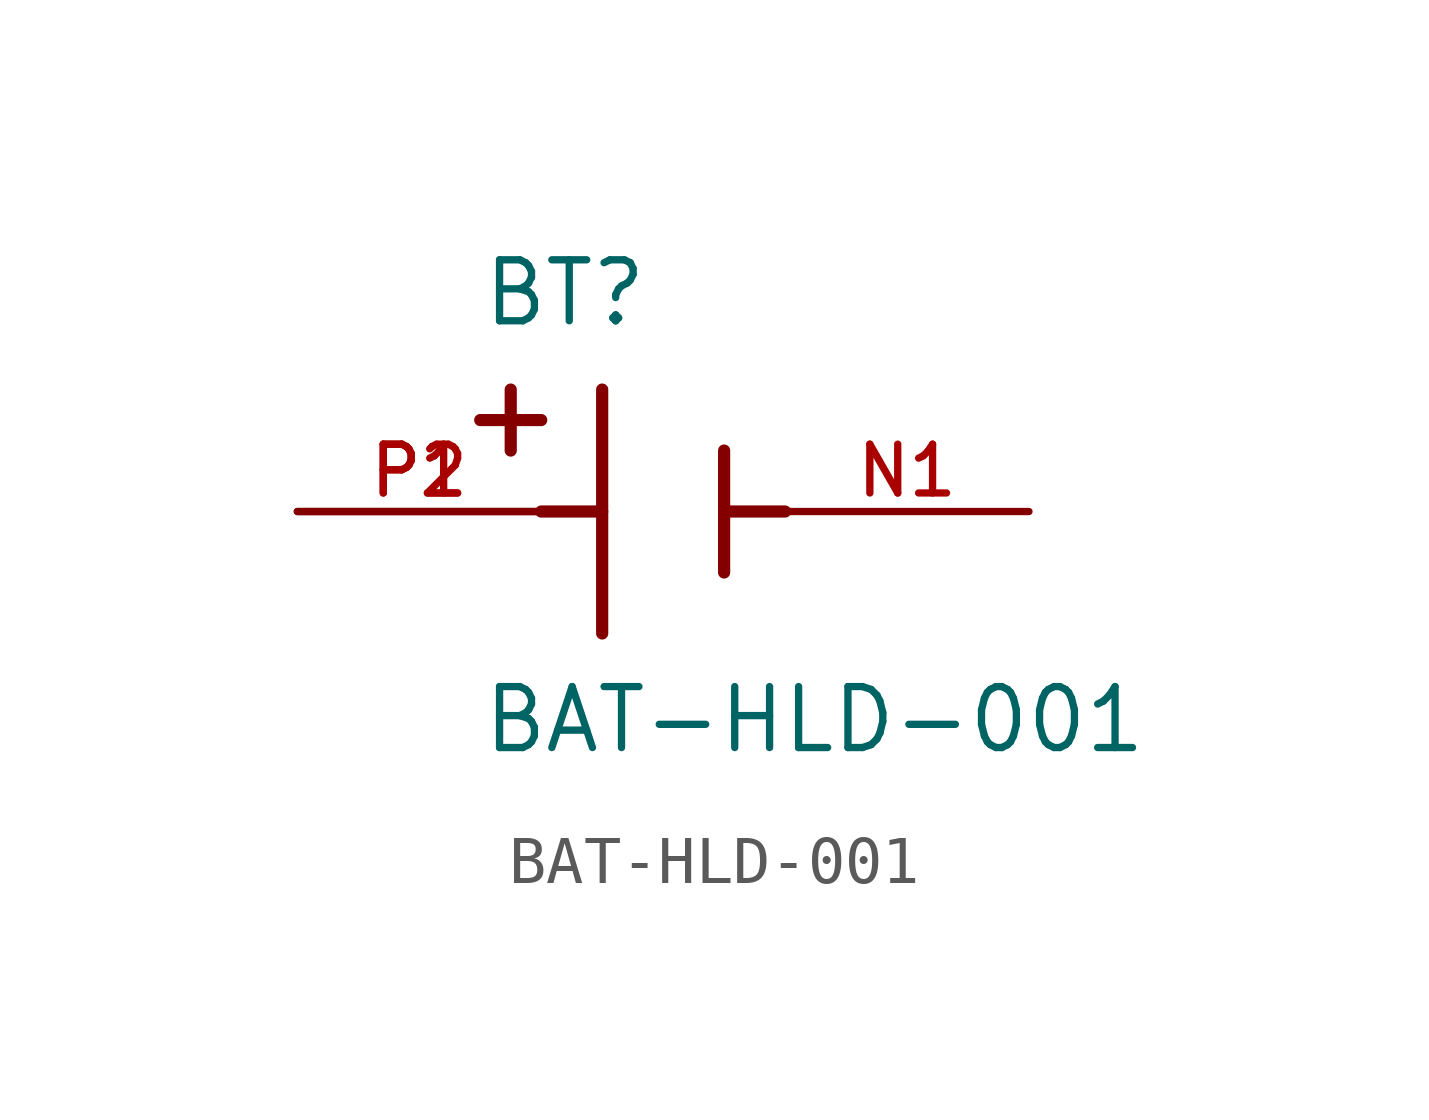
<source format=kicad_sym>
(kicad_symbol_lib
  (version 20211014)
  (generator kicad_symbol_editor)
  (symbol "BAT-HLD-001"
    (pin_names
      (offset 1.016))
    (property "Reference" "BT"
      (at -3.81 3.81 0)
      (effects (font (size 1.27 1.27)) (justify bottom left)))
    (property "Value" "BAT-HLD-001"
      (at -3.81 -5.08 0)
      (effects (font (size 1.27 1.27)) (justify bottom left)))
    (symbol "BAT-HLD-001_0_0"
      (polyline (pts (xy -1.27 2.54) (xy -1.27 -2.54)) (stroke (width 0.254)))
      (polyline (pts (xy 1.27 1.27) (xy 1.27 -1.27)) (stroke (width 0.254)))
      (polyline (pts (xy -1.27 0.0) (xy -2.54 0.0)) (stroke (width 0.254)))
      (polyline (pts (xy 1.27 0.0) (xy 2.54 0.0)) (stroke (width 0.254)))
      (polyline (pts (xy -3.175 2.54) (xy -3.175 1.27)) (stroke (width 0.254)))
      (polyline (pts (xy -3.81 1.905) (xy -2.54 1.905)) (stroke (width 0.254)))
      (pin passive line (at -7.62 0.0 0) (length 5.08) (name "~" (effects (font (size 1.016 1.016)))) (number "P1" (effects (font (size 1.016 1.016)))))
      (pin passive line (at 7.62 0.0 180.0) (length 5.08) (name "~" (effects (font (size 1.016 1.016)))) (number "N1" (effects (font (size 1.016 1.016)))))
      (pin passive line (at -7.62 0.0 0) (length 5.08) (name "~" (effects (font (size 1.016 1.016)))) (number "P2" (effects (font (size 1.016 1.016))))))))
</source>
